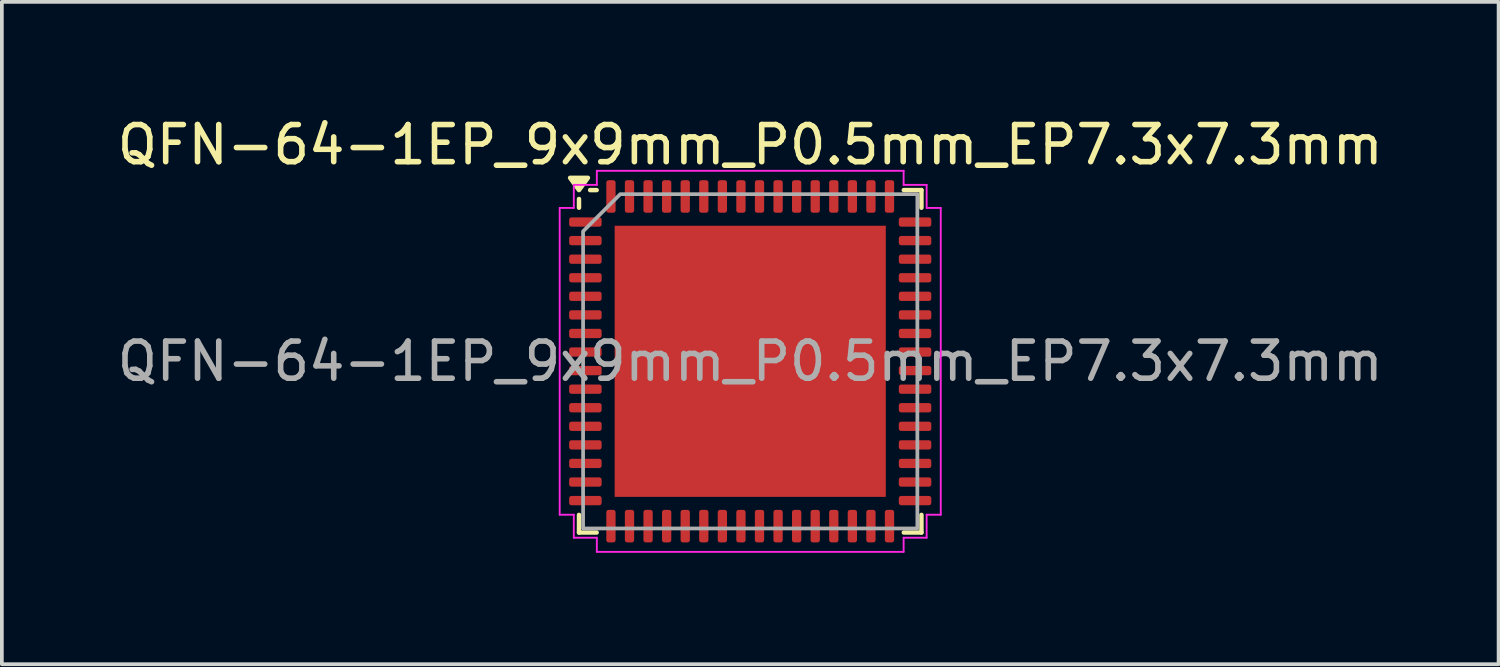
<source format=kicad_pcb>
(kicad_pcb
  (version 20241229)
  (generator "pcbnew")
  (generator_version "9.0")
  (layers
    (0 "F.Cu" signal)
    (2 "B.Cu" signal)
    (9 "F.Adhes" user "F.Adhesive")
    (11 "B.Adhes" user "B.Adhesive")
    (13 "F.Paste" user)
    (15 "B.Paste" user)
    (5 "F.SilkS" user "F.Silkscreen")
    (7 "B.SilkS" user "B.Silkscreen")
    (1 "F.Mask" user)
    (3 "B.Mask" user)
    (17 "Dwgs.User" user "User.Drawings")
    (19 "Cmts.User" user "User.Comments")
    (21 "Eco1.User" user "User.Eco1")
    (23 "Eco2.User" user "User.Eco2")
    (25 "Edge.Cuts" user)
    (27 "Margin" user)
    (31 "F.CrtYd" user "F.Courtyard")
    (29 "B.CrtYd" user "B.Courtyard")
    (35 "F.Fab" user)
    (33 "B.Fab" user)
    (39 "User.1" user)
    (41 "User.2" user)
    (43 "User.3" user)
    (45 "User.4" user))
  (footprint "QFN-64-1EP_9x9mm_P0.5mm_EP7.3x7.3mm"
    (layer "F.Cu")
    (at 17.149 6.678)
    (property "Reference" "QFN-64-1EP_9x9mm_P0.5mm_EP7.3x7.3mm" (at 0 -5.83 0) (layer "F.SilkS") (effects (font (size 1 1) (thickness 0.15))))
    (attr smd)
    (fp_line (start -4.61 -4.135) (end -4.61 -4.37) (stroke (width 0.12) (type solid)) (layer "F.SilkS"))
    (fp_line (start -4.61 4.61) (end -4.61 4.135) (stroke (width 0.12) (type solid)) (layer "F.SilkS"))
    (fp_line (start -4.135 -4.61) (end -4.31 -4.61) (stroke (width 0.12) (type solid)) (layer "F.SilkS"))
    (fp_line (start -4.135 4.61) (end -4.61 4.61) (stroke (width 0.12) (type solid)) (layer "F.SilkS"))
    (fp_line (start 4.135 -4.61) (end 4.61 -4.61) (stroke (width 0.12) (type solid)) (layer "F.SilkS"))
    (fp_line (start 4.135 4.61) (end 4.61 4.61) (stroke (width 0.12) (type solid)) (layer "F.SilkS"))
    (fp_line (start 4.61 -4.61) (end 4.61 -4.135) (stroke (width 0.12) (type solid)) (layer "F.SilkS"))
    (fp_line (start 4.61 4.61) (end 4.61 4.135) (stroke (width 0.12) (type solid)) (layer "F.SilkS"))
    (fp_poly (pts (xy -4.61 -4.61) (xy -4.85 -4.94) (xy -4.37 -4.94)) (stroke (width 0.12) (type solid)) (fill yes) (layer "F.SilkS"))
    (fp_line (start -5.13 -4.13) (end -4.75 -4.13) (stroke (width 0.05) (type solid)) (layer "F.CrtYd"))
    (fp_line (start -5.13 4.13) (end -5.13 -4.13) (stroke (width 0.05) (type solid)) (layer "F.CrtYd"))
    (fp_line (start -4.75 -4.75) (end -4.13 -4.75) (stroke (width 0.05) (type solid)) (layer "F.CrtYd"))
    (fp_line (start -4.75 -4.13) (end -4.75 -4.75) (stroke (width 0.05) (type solid)) (layer "F.CrtYd"))
    (fp_line (start -4.75 4.13) (end -5.13 4.13) (stroke (width 0.05) (type solid)) (layer "F.CrtYd"))
    (fp_line (start -4.75 4.75) (end -4.75 4.13) (stroke (width 0.05) (type solid)) (layer "F.CrtYd"))
    (fp_line (start -4.13 -5.13) (end 4.13 -5.13) (stroke (width 0.05) (type solid)) (layer "F.CrtYd"))
    (fp_line (start -4.13 -4.75) (end -4.13 -5.13) (stroke (width 0.05) (type solid)) (layer "F.CrtYd"))
    (fp_line (start -4.13 4.75) (end -4.75 4.75) (stroke (width 0.05) (type solid)) (layer "F.CrtYd"))
    (fp_line (start -4.13 5.13) (end -4.13 4.75) (stroke (width 0.05) (type solid)) (layer "F.CrtYd"))
    (fp_line (start 4.13 -5.13) (end 4.13 -4.75) (stroke (width 0.05) (type solid)) (layer "F.CrtYd"))
    (fp_line (start 4.13 -4.75) (end 4.75 -4.75) (stroke (width 0.05) (type solid)) (layer "F.CrtYd"))
    (fp_line (start 4.13 4.75) (end 4.13 5.13) (stroke (width 0.05) (type solid)) (layer "F.CrtYd"))
    (fp_line (start 4.13 5.13) (end -4.13 5.13) (stroke (width 0.05) (type solid)) (layer "F.CrtYd"))
    (fp_line (start 4.75 -4.75) (end 4.75 -4.13) (stroke (width 0.05) (type solid)) (layer "F.CrtYd"))
    (fp_line (start 4.75 -4.13) (end 5.13 -4.13) (stroke (width 0.05) (type solid)) (layer "F.CrtYd"))
    (fp_line (start 4.75 4.13) (end 4.75 4.75) (stroke (width 0.05) (type solid)) (layer "F.CrtYd"))
    (fp_line (start 4.75 4.75) (end 4.13 4.75) (stroke (width 0.05) (type solid)) (layer "F.CrtYd"))
    (fp_line (start 5.13 -4.13) (end 5.13 4.13) (stroke (width 0.05) (type solid)) (layer "F.CrtYd"))
    (fp_line (start 5.13 4.13) (end 4.75 4.13) (stroke (width 0.05) (type solid)) (layer "F.CrtYd"))
    (fp_poly (pts (xy -4.5 -3.5) (xy -4.5 4.5) (xy 4.5 4.5) (xy 4.5 -4.5) (xy -3.5 -4.5)) (stroke (width 0.1) (type solid)) (fill no) (layer "F.Fab"))
    (fp_text user "${REFERENCE}" (at 0 0 0) (layer "F.Fab") (effects (font (size 1 1) (thickness 0.15))))
    (pad "" smd roundrect (at -2.92 -2.92) (size 1.18 1.18) (layers "F.Paste") (roundrect_rratio 0.212))
    (pad "" smd roundrect (at -2.92 -1.46) (size 1.18 1.18) (layers "F.Paste") (roundrect_rratio 0.212))
    (pad "" smd roundrect (at -2.92 0) (size 1.18 1.18) (layers "F.Paste") (roundrect_rratio 0.212))
    (pad "" smd roundrect (at -2.92 1.46) (size 1.18 1.18) (layers "F.Paste") (roundrect_rratio 0.212))
    (pad "" smd roundrect (at -2.92 2.92) (size 1.18 1.18) (layers "F.Paste") (roundrect_rratio 0.212))
    (pad "" smd roundrect (at -1.46 -2.92) (size 1.18 1.18) (layers "F.Paste") (roundrect_rratio 0.212))
    (pad "" smd roundrect (at -1.46 -1.46) (size 1.18 1.18) (layers "F.Paste") (roundrect_rratio 0.212))
    (pad "" smd roundrect (at -1.46 0) (size 1.18 1.18) (layers "F.Paste") (roundrect_rratio 0.212))
    (pad "" smd roundrect (at -1.46 1.46) (size 1.18 1.18) (layers "F.Paste") (roundrect_rratio 0.212))
    (pad "" smd roundrect (at -1.46 2.92) (size 1.18 1.18) (layers "F.Paste") (roundrect_rratio 0.212))
    (pad "" smd roundrect (at 0 -2.92) (size 1.18 1.18) (layers "F.Paste") (roundrect_rratio 0.212))
    (pad "" smd roundrect (at 0 -1.46) (size 1.18 1.18) (layers "F.Paste") (roundrect_rratio 0.212))
    (pad "" smd roundrect (at 0 0) (size 1.18 1.18) (layers "F.Paste") (roundrect_rratio 0.212))
    (pad "" smd roundrect (at 0 1.46) (size 1.18 1.18) (layers "F.Paste") (roundrect_rratio 0.212))
    (pad "" smd roundrect (at 0 2.92) (size 1.18 1.18) (layers "F.Paste") (roundrect_rratio 0.212))
    (pad "" smd roundrect (at 1.46 -2.92) (size 1.18 1.18) (layers "F.Paste") (roundrect_rratio 0.212))
    (pad "" smd roundrect (at 1.46 -1.46) (size 1.18 1.18) (layers "F.Paste") (roundrect_rratio 0.212))
    (pad "" smd roundrect (at 1.46 0) (size 1.18 1.18) (layers "F.Paste") (roundrect_rratio 0.212))
    (pad "" smd roundrect (at 1.46 1.46) (size 1.18 1.18) (layers "F.Paste") (roundrect_rratio 0.212))
    (pad "" smd roundrect (at 1.46 2.92) (size 1.18 1.18) (layers "F.Paste") (roundrect_rratio 0.212))
    (pad "" smd roundrect (at 2.92 -2.92) (size 1.18 1.18) (layers "F.Paste") (roundrect_rratio 0.212))
    (pad "" smd roundrect (at 2.92 -1.46) (size 1.18 1.18) (layers "F.Paste") (roundrect_rratio 0.212))
    (pad "" smd roundrect (at 2.92 0) (size 1.18 1.18) (layers "F.Paste") (roundrect_rratio 0.212))
    (pad "" smd roundrect (at 2.92 1.46) (size 1.18 1.18) (layers "F.Paste") (roundrect_rratio 0.212))
    (pad "" smd roundrect (at 2.92 2.92) (size 1.18 1.18) (layers "F.Paste") (roundrect_rratio 0.212))
    (pad "1" smd roundrect (at -4.438 -3.75) (size 0.875 0.25) (layers "F.Cu" "F.Mask" "F.Paste") (roundrect_rratio 0.25))
    (pad "2" smd roundrect (at -4.438 -3.25) (size 0.875 0.25) (layers "F.Cu" "F.Mask" "F.Paste") (roundrect_rratio 0.25))
    (pad "3" smd roundrect (at -4.438 -2.75) (size 0.875 0.25) (layers "F.Cu" "F.Mask" "F.Paste") (roundrect_rratio 0.25))
    (pad "4" smd roundrect (at -4.438 -2.25) (size 0.875 0.25) (layers "F.Cu" "F.Mask" "F.Paste") (roundrect_rratio 0.25))
    (pad "5" smd roundrect (at -4.438 -1.75) (size 0.875 0.25) (layers "F.Cu" "F.Mask" "F.Paste") (roundrect_rratio 0.25))
    (pad "6" smd roundrect (at -4.438 -1.25) (size 0.875 0.25) (layers "F.Cu" "F.Mask" "F.Paste") (roundrect_rratio 0.25))
    (pad "7" smd roundrect (at -4.438 -0.75) (size 0.875 0.25) (layers "F.Cu" "F.Mask" "F.Paste") (roundrect_rratio 0.25))
    (pad "8" smd roundrect (at -4.438 -0.25) (size 0.875 0.25) (layers "F.Cu" "F.Mask" "F.Paste") (roundrect_rratio 0.25))
    (pad "9" smd roundrect (at -4.438 0.25) (size 0.875 0.25) (layers "F.Cu" "F.Mask" "F.Paste") (roundrect_rratio 0.25))
    (pad "10" smd roundrect (at -4.438 0.75) (size 0.875 0.25) (layers "F.Cu" "F.Mask" "F.Paste") (roundrect_rratio 0.25))
    (pad "11" smd roundrect (at -4.438 1.25) (size 0.875 0.25) (layers "F.Cu" "F.Mask" "F.Paste") (roundrect_rratio 0.25))
    (pad "12" smd roundrect (at -4.438 1.75) (size 0.875 0.25) (layers "F.Cu" "F.Mask" "F.Paste") (roundrect_rratio 0.25))
    (pad "13" smd roundrect (at -4.438 2.25) (size 0.875 0.25) (layers "F.Cu" "F.Mask" "F.Paste") (roundrect_rratio 0.25))
    (pad "14" smd roundrect (at -4.438 2.75) (size 0.875 0.25) (layers "F.Cu" "F.Mask" "F.Paste") (roundrect_rratio 0.25))
    (pad "15" smd roundrect (at -4.438 3.25) (size 0.875 0.25) (layers "F.Cu" "F.Mask" "F.Paste") (roundrect_rratio 0.25))
    (pad "16" smd roundrect (at -4.438 3.75) (size 0.875 0.25) (layers "F.Cu" "F.Mask" "F.Paste") (roundrect_rratio 0.25))
    (pad "17" smd roundrect (at -3.75 4.438) (size 0.25 0.875) (layers "F.Cu" "F.Mask" "F.Paste") (roundrect_rratio 0.25))
    (pad "18" smd roundrect (at -3.25 4.438) (size 0.25 0.875) (layers "F.Cu" "F.Mask" "F.Paste") (roundrect_rratio 0.25))
    (pad "19" smd roundrect (at -2.75 4.438) (size 0.25 0.875) (layers "F.Cu" "F.Mask" "F.Paste") (roundrect_rratio 0.25))
    (pad "20" smd roundrect (at -2.25 4.438) (size 0.25 0.875) (layers "F.Cu" "F.Mask" "F.Paste") (roundrect_rratio 0.25))
    (pad "21" smd roundrect (at -1.75 4.438) (size 0.25 0.875) (layers "F.Cu" "F.Mask" "F.Paste") (roundrect_rratio 0.25))
    (pad "22" smd roundrect (at -1.25 4.438) (size 0.25 0.875) (layers "F.Cu" "F.Mask" "F.Paste") (roundrect_rratio 0.25))
    (pad "23" smd roundrect (at -0.75 4.438) (size 0.25 0.875) (layers "F.Cu" "F.Mask" "F.Paste") (roundrect_rratio 0.25))
    (pad "24" smd roundrect (at -0.25 4.438) (size 0.25 0.875) (layers "F.Cu" "F.Mask" "F.Paste") (roundrect_rratio 0.25))
    (pad "25" smd roundrect (at 0.25 4.438) (size 0.25 0.875) (layers "F.Cu" "F.Mask" "F.Paste") (roundrect_rratio 0.25))
    (pad "26" smd roundrect (at 0.75 4.438) (size 0.25 0.875) (layers "F.Cu" "F.Mask" "F.Paste") (roundrect_rratio 0.25))
    (pad "27" smd roundrect (at 1.25 4.438) (size 0.25 0.875) (layers "F.Cu" "F.Mask" "F.Paste") (roundrect_rratio 0.25))
    (pad "28" smd roundrect (at 1.75 4.438) (size 0.25 0.875) (layers "F.Cu" "F.Mask" "F.Paste") (roundrect_rratio 0.25))
    (pad "29" smd roundrect (at 2.25 4.438) (size 0.25 0.875) (layers "F.Cu" "F.Mask" "F.Paste") (roundrect_rratio 0.25))
    (pad "30" smd roundrect (at 2.75 4.438) (size 0.25 0.875) (layers "F.Cu" "F.Mask" "F.Paste") (roundrect_rratio 0.25))
    (pad "31" smd roundrect (at 3.25 4.438) (size 0.25 0.875) (layers "F.Cu" "F.Mask" "F.Paste") (roundrect_rratio 0.25))
    (pad "32" smd roundrect (at 3.75 4.438) (size 0.25 0.875) (layers "F.Cu" "F.Mask" "F.Paste") (roundrect_rratio 0.25))
    (pad "33" smd roundrect (at 4.438 3.75) (size 0.875 0.25) (layers "F.Cu" "F.Mask" "F.Paste") (roundrect_rratio 0.25))
    (pad "34" smd roundrect (at 4.438 3.25) (size 0.875 0.25) (layers "F.Cu" "F.Mask" "F.Paste") (roundrect_rratio 0.25))
    (pad "35" smd roundrect (at 4.438 2.75) (size 0.875 0.25) (layers "F.Cu" "F.Mask" "F.Paste") (roundrect_rratio 0.25))
    (pad "36" smd roundrect (at 4.438 2.25) (size 0.875 0.25) (layers "F.Cu" "F.Mask" "F.Paste") (roundrect_rratio 0.25))
    (pad "37" smd roundrect (at 4.438 1.75) (size 0.875 0.25) (layers "F.Cu" "F.Mask" "F.Paste") (roundrect_rratio 0.25))
    (pad "38" smd roundrect (at 4.438 1.25) (size 0.875 0.25) (layers "F.Cu" "F.Mask" "F.Paste") (roundrect_rratio 0.25))
    (pad "39" smd roundrect (at 4.438 0.75) (size 0.875 0.25) (layers "F.Cu" "F.Mask" "F.Paste") (roundrect_rratio 0.25))
    (pad "40" smd roundrect (at 4.438 0.25) (size 0.875 0.25) (layers "F.Cu" "F.Mask" "F.Paste") (roundrect_rratio 0.25))
    (pad "41" smd roundrect (at 4.438 -0.25) (size 0.875 0.25) (layers "F.Cu" "F.Mask" "F.Paste") (roundrect_rratio 0.25))
    (pad "42" smd roundrect (at 4.438 -0.75) (size 0.875 0.25) (layers "F.Cu" "F.Mask" "F.Paste") (roundrect_rratio 0.25))
    (pad "43" smd roundrect (at 4.438 -1.25) (size 0.875 0.25) (layers "F.Cu" "F.Mask" "F.Paste") (roundrect_rratio 0.25))
    (pad "44" smd roundrect (at 4.438 -1.75) (size 0.875 0.25) (layers "F.Cu" "F.Mask" "F.Paste") (roundrect_rratio 0.25))
    (pad "45" smd roundrect (at 4.438 -2.25) (size 0.875 0.25) (layers "F.Cu" "F.Mask" "F.Paste") (roundrect_rratio 0.25))
    (pad "46" smd roundrect (at 4.438 -2.75) (size 0.875 0.25) (layers "F.Cu" "F.Mask" "F.Paste") (roundrect_rratio 0.25))
    (pad "47" smd roundrect (at 4.438 -3.25) (size 0.875 0.25) (layers "F.Cu" "F.Mask" "F.Paste") (roundrect_rratio 0.25))
    (pad "48" smd roundrect (at 4.438 -3.75) (size 0.875 0.25) (layers "F.Cu" "F.Mask" "F.Paste") (roundrect_rratio 0.25))
    (pad "49" smd roundrect (at 3.75 -4.438) (size 0.25 0.875) (layers "F.Cu" "F.Mask" "F.Paste") (roundrect_rratio 0.25))
    (pad "50" smd roundrect (at 3.25 -4.438) (size 0.25 0.875) (layers "F.Cu" "F.Mask" "F.Paste") (roundrect_rratio 0.25))
    (pad "51" smd roundrect (at 2.75 -4.438) (size 0.25 0.875) (layers "F.Cu" "F.Mask" "F.Paste") (roundrect_rratio 0.25))
    (pad "52" smd roundrect (at 2.25 -4.438) (size 0.25 0.875) (layers "F.Cu" "F.Mask" "F.Paste") (roundrect_rratio 0.25))
    (pad "53" smd roundrect (at 1.75 -4.438) (size 0.25 0.875) (layers "F.Cu" "F.Mask" "F.Paste") (roundrect_rratio 0.25))
    (pad "54" smd roundrect (at 1.25 -4.438) (size 0.25 0.875) (layers "F.Cu" "F.Mask" "F.Paste") (roundrect_rratio 0.25))
    (pad "55" smd roundrect (at 0.75 -4.438) (size 0.25 0.875) (layers "F.Cu" "F.Mask" "F.Paste") (roundrect_rratio 0.25))
    (pad "56" smd roundrect (at 0.25 -4.438) (size 0.25 0.875) (layers "F.Cu" "F.Mask" "F.Paste") (roundrect_rratio 0.25))
    (pad "57" smd roundrect (at -0.25 -4.438) (size 0.25 0.875) (layers "F.Cu" "F.Mask" "F.Paste") (roundrect_rratio 0.25))
    (pad "58" smd roundrect (at -0.75 -4.438) (size 0.25 0.875) (layers "F.Cu" "F.Mask" "F.Paste") (roundrect_rratio 0.25))
    (pad "59" smd roundrect (at -1.25 -4.438) (size 0.25 0.875) (layers "F.Cu" "F.Mask" "F.Paste") (roundrect_rratio 0.25))
    (pad "60" smd roundrect (at -1.75 -4.438) (size 0.25 0.875) (layers "F.Cu" "F.Mask" "F.Paste") (roundrect_rratio 0.25))
    (pad "61" smd roundrect (at -2.25 -4.438) (size 0.25 0.875) (layers "F.Cu" "F.Mask" "F.Paste") (roundrect_rratio 0.25))
    (pad "62" smd roundrect (at -2.75 -4.438) (size 0.25 0.875) (layers "F.Cu" "F.Mask" "F.Paste") (roundrect_rratio 0.25))
    (pad "63" smd roundrect (at -3.25 -4.438) (size 0.25 0.875) (layers "F.Cu" "F.Mask" "F.Paste") (roundrect_rratio 0.25))
    (pad "64" smd roundrect (at -3.75 -4.438) (size 0.25 0.875) (layers "F.Cu" "F.Mask" "F.Paste") (roundrect_rratio 0.25))
    (pad "65" smd rect (at 0 0) (size 7.3 7.3) (property pad_prop_heatsink) (layers "F.Cu" "F.Mask")))
  (gr_rect
    (start -3 -3)
    (end 37.298 14.833)
    (stroke (width 0.1) (type default))
    (fill no)
    (layer "Edge.Cuts")))
</source>
